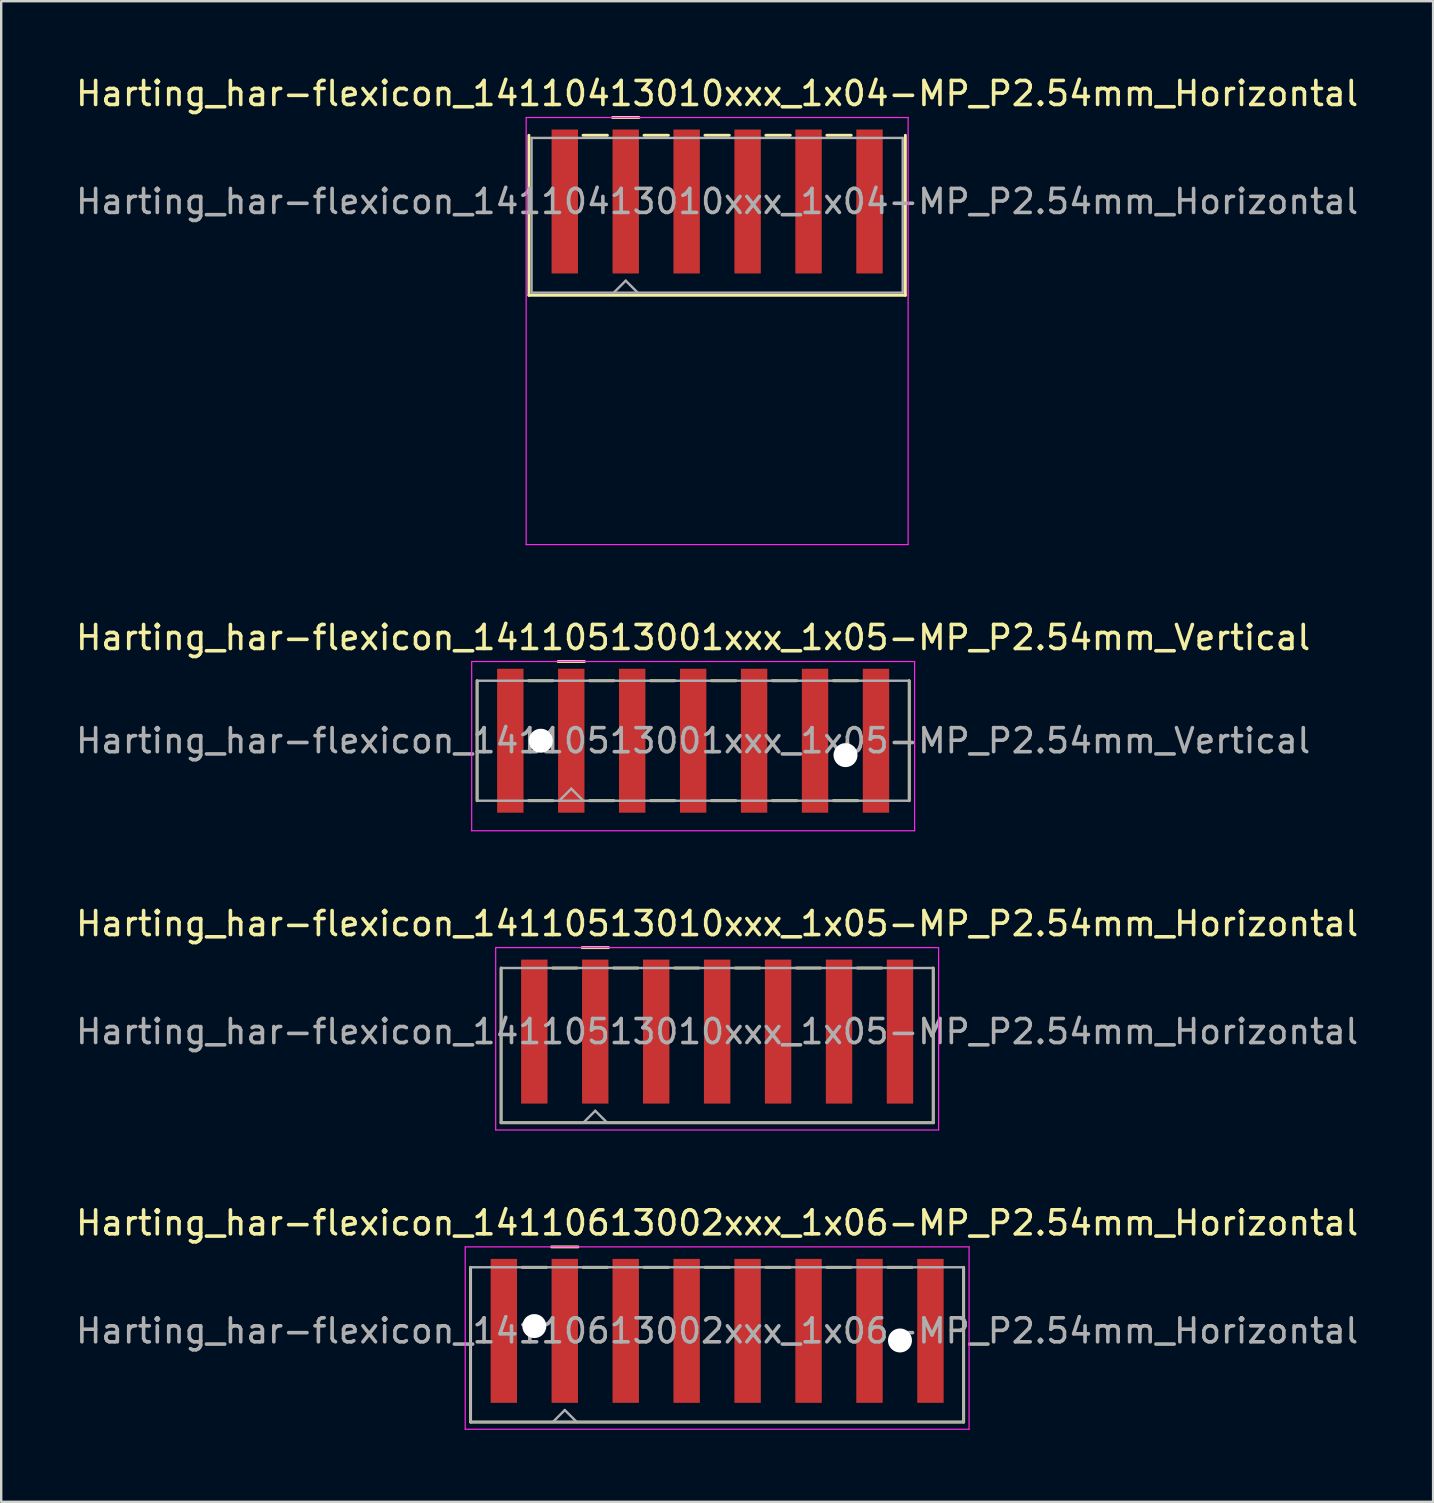
<source format=kicad_pcb>
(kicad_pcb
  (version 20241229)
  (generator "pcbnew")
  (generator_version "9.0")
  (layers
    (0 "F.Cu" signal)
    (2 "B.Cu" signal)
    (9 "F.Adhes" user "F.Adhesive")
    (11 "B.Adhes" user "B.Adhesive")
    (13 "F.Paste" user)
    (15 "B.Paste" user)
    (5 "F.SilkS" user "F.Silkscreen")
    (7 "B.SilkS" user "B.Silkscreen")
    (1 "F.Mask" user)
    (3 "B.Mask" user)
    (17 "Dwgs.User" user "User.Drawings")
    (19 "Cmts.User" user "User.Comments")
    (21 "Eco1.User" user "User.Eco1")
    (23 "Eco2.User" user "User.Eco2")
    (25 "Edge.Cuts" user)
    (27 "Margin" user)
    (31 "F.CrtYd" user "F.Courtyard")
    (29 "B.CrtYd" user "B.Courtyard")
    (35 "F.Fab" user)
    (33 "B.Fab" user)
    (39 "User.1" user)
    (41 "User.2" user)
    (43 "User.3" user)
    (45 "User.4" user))
  (footprint "Harting_har-flexicon_14110513010xxx_1x05-MP_P2.54mm_Horizontal"
    (layer "F.Cu")
    (at 26.839 41.245)
    (property "Reference" "Harting_har-flexicon_14110513010xxx_1x05-MP_P2.54mm_Horizontal" (at 0 -5.8 0) (layer "F.SilkS") (effects (font (size 1 1) (thickness 0.15))))
    (attr smd)
    (fp_line (start -9.005 -3.95) (end -9.005 2.5) (stroke (width 0.12) (type solid)) (layer "F.SilkS"))
    (fp_line (start -6.858 -3.95) (end -5.842 -3.95) (stroke (width 0.12) (type solid)) (layer "F.SilkS"))
    (fp_line (start -5.63 -4.8) (end -4.53 -4.8) (stroke (width 0.12) (type solid)) (layer "F.SilkS"))
    (fp_line (start -4.318 -3.95) (end -3.302 -3.95) (stroke (width 0.12) (type solid)) (layer "F.SilkS"))
    (fp_line (start -1.778 -3.95) (end -0.762 -3.95) (stroke (width 0.12) (type solid)) (layer "F.SilkS"))
    (fp_line (start 0.762 -3.95) (end 1.778 -3.95) (stroke (width 0.12) (type solid)) (layer "F.SilkS"))
    (fp_line (start 3.302 -3.95) (end 4.318 -3.95) (stroke (width 0.12) (type solid)) (layer "F.SilkS"))
    (fp_line (start 5.842 -3.95) (end 6.858 -3.95) (stroke (width 0.12) (type solid)) (layer "F.SilkS"))
    (fp_line (start 9.005 -3.95) (end 9.005 2.5) (stroke (width 0.12) (type solid)) (layer "F.SilkS"))
    (fp_line (start 9.005 2.5) (end -9.005 2.5) (stroke (width 0.12) (type solid)) (layer "F.SilkS"))
    (fp_line (start -9.23 -4.8) (end -9.23 2.8) (stroke (width 0.05) (type solid)) (layer "F.CrtYd"))
    (fp_line (start -9.23 2.8) (end 9.23 2.8) (stroke (width 0.05) (type solid)) (layer "F.CrtYd"))
    (fp_line (start 9.23 -4.8) (end -9.23 -4.8) (stroke (width 0.05) (type solid)) (layer "F.CrtYd"))
    (fp_line (start 9.23 2.8) (end 9.23 -4.8) (stroke (width 0.05) (type solid)) (layer "F.CrtYd"))
    (fp_line (start -9.005 -3.95) (end -9.005 2.5) (stroke (width 0.1) (type solid)) (layer "F.Fab"))
    (fp_line (start -9.005 2.5) (end 9.005 2.5) (stroke (width 0.1) (type solid)) (layer "F.Fab"))
    (fp_line (start -5.58 2.5) (end -5.08 2) (stroke (width 0.1) (type solid)) (layer "F.Fab"))
    (fp_line (start -5.08 2) (end -4.58 2.5) (stroke (width 0.1) (type solid)) (layer "F.Fab"))
    (fp_line (start 9.005 -3.95) (end -9.005 -3.95) (stroke (width 0.1) (type solid)) (layer "F.Fab"))
    (fp_line (start 9.005 2.5) (end 9.005 -3.95) (stroke (width 0.1) (type solid)) (layer "F.Fab"))
    (fp_text user "${REFERENCE}" (at 0 -1.3 0) (layer "F.Fab") (effects (font (size 1 1) (thickness 0.15))))
    (pad "1" smd rect (at -5.08 -1.3) (size 1.1 6) (layers "F.Cu" "F.Mask" "F.Paste"))
    (pad "2" smd rect (at -2.54 -1.3) (size 1.1 6) (layers "F.Cu" "F.Mask" "F.Paste"))
    (pad "3" smd rect (at 0 -1.3) (size 1.1 6) (layers "F.Cu" "F.Mask" "F.Paste"))
    (pad "4" smd rect (at 2.54 -1.3) (size 1.1 6) (layers "F.Cu" "F.Mask" "F.Paste"))
    (pad "5" smd rect (at 5.08 -1.3) (size 1.1 6) (layers "F.Cu" "F.Mask" "F.Paste"))
    (pad "MP" smd rect (at -7.62 -1.3) (size 1.1 6) (layers "F.Cu" "F.Mask" "F.Paste"))
    (pad "MP" smd rect (at 7.62 -1.3) (size 1.1 6) (layers "F.Cu" "F.Mask" "F.Paste")))
  (footprint "Harting_har-flexicon_14110513001xxx_1x05-MP_P2.54mm_Vertical"
    (layer "F.Cu")
    (at 25.839 27.822)
    (property "Reference" "Harting_har-flexicon_14110513001xxx_1x05-MP_P2.54mm_Vertical" (at 0 -4.3 0) (layer "F.SilkS") (effects (font (size 1 1) (thickness 0.15))))
    (attr smd)
    (fp_line (start -9.005 -2.5) (end -9.005 2.5) (stroke (width 0.12) (type solid)) (layer "F.SilkS"))
    (fp_line (start -6.858 -2.5) (end -5.842 -2.5) (stroke (width 0.12) (type solid)) (layer "F.SilkS"))
    (fp_line (start -6.858 2.5) (end -5.842 2.5) (stroke (width 0.12) (type solid)) (layer "F.SilkS"))
    (fp_line (start -5.63 -3.3) (end -4.53 -3.3) (stroke (width 0.12) (type solid)) (layer "F.SilkS"))
    (fp_line (start -4.318 -2.5) (end -3.302 -2.5) (stroke (width 0.12) (type solid)) (layer "F.SilkS"))
    (fp_line (start -4.318 2.5) (end -3.302 2.5) (stroke (width 0.12) (type solid)) (layer "F.SilkS"))
    (fp_line (start -1.778 -2.5) (end -0.762 -2.5) (stroke (width 0.12) (type solid)) (layer "F.SilkS"))
    (fp_line (start -1.778 2.5) (end -0.762 2.5) (stroke (width 0.12) (type solid)) (layer "F.SilkS"))
    (fp_line (start 0.762 -2.5) (end 1.778 -2.5) (stroke (width 0.12) (type solid)) (layer "F.SilkS"))
    (fp_line (start 0.762 2.5) (end 1.778 2.5) (stroke (width 0.12) (type solid)) (layer "F.SilkS"))
    (fp_line (start 3.302 -2.5) (end 4.318 -2.5) (stroke (width 0.12) (type solid)) (layer "F.SilkS"))
    (fp_line (start 3.302 2.5) (end 4.318 2.5) (stroke (width 0.12) (type solid)) (layer "F.SilkS"))
    (fp_line (start 5.842 -2.5) (end 6.858 -2.5) (stroke (width 0.12) (type solid)) (layer "F.SilkS"))
    (fp_line (start 5.842 2.5) (end 6.858 2.5) (stroke (width 0.12) (type solid)) (layer "F.SilkS"))
    (fp_line (start 9.005 -2.5) (end 9.005 2.5) (stroke (width 0.12) (type solid)) (layer "F.SilkS"))
    (fp_line (start -9.23 -3.3) (end -9.23 3.75) (stroke (width 0.05) (type solid)) (layer "F.CrtYd"))
    (fp_line (start -9.23 3.75) (end 9.23 3.75) (stroke (width 0.05) (type solid)) (layer "F.CrtYd"))
    (fp_line (start 9.23 -3.3) (end -9.23 -3.3) (stroke (width 0.05) (type solid)) (layer "F.CrtYd"))
    (fp_line (start 9.23 3.75) (end 9.23 -3.3) (stroke (width 0.05) (type solid)) (layer "F.CrtYd"))
    (fp_line (start -9.005 -2.5) (end -9.005 2.5) (stroke (width 0.1) (type solid)) (layer "F.Fab"))
    (fp_line (start -9.005 2.5) (end 9.005 2.5) (stroke (width 0.1) (type solid)) (layer "F.Fab"))
    (fp_line (start -5.58 2.5) (end -5.08 2) (stroke (width 0.1) (type solid)) (layer "F.Fab"))
    (fp_line (start -5.08 2) (end -4.58 2.5) (stroke (width 0.1) (type solid)) (layer "F.Fab"))
    (fp_line (start 9.005 -2.5) (end -9.005 -2.5) (stroke (width 0.1) (type solid)) (layer "F.Fab"))
    (fp_line (start 9.005 2.5) (end 9.005 -2.5) (stroke (width 0.1) (type solid)) (layer "F.Fab"))
    (fp_text user "${REFERENCE}" (at 0 0 0) (layer "F.Fab") (effects (font (size 1 1) (thickness 0.15))))
    (pad "" np_thru_hole circle (at -6.35 0) (size 1 1) (drill 1) (layers "*.Cu" "*.Mask"))
    (pad "" np_thru_hole circle (at 6.35 0.6) (size 1 1) (drill 1) (layers "*.Cu" "*.Mask"))
    (pad "1" smd rect (at -5.08 0) (size 1.1 6) (layers "F.Cu" "F.Mask" "F.Paste"))
    (pad "2" smd rect (at -2.54 0) (size 1.1 6) (layers "F.Cu" "F.Mask" "F.Paste"))
    (pad "3" smd rect (at 0 0) (size 1.1 6) (layers "F.Cu" "F.Mask" "F.Paste"))
    (pad "4" smd rect (at 2.54 0) (size 1.1 6) (layers "F.Cu" "F.Mask" "F.Paste"))
    (pad "5" smd rect (at 5.08 0) (size 1.1 6) (layers "F.Cu" "F.Mask" "F.Paste"))
    (pad "MP" smd rect (at -7.62 0) (size 1.1 6) (layers "F.Cu" "F.Mask" "F.Paste"))
    (pad "MP" smd rect (at 7.62 0) (size 1.1 6) (layers "F.Cu" "F.Mask" "F.Paste")))
  (footprint "Harting_har-flexicon_14110413010xxx_1x04-MP_P2.54mm_Horizontal"
    (layer "F.Cu")
    (at 26.839 6.648)
    (property "Reference" "Harting_har-flexicon_14110413010xxx_1x04-MP_P2.54mm_Horizontal" (at 0 -5.8 0) (layer "F.SilkS") (effects (font (size 1 1) (thickness 0.15))))
    (attr smd)
    (fp_line (start -7.845 -4.06) (end -7.845 2.61) (stroke (width 0.12) (type solid)) (layer "F.SilkS"))
    (fp_line (start -5.588 -4.06) (end -4.572 -4.06) (stroke (width 0.12) (type solid)) (layer "F.SilkS"))
    (fp_line (start -4.36 -4.8) (end -3.26 -4.8) (stroke (width 0.12) (type solid)) (layer "F.SilkS"))
    (fp_line (start -3.048 -4.06) (end -2.032 -4.06) (stroke (width 0.12) (type solid)) (layer "F.SilkS"))
    (fp_line (start -0.508 -4.06) (end 0.508 -4.06) (stroke (width 0.12) (type solid)) (layer "F.SilkS"))
    (fp_line (start 2.032 -4.06) (end 3.048 -4.06) (stroke (width 0.12) (type solid)) (layer "F.SilkS"))
    (fp_line (start 4.572 -4.06) (end 5.588 -4.06) (stroke (width 0.12) (type solid)) (layer "F.SilkS"))
    (fp_line (start 7.845 -4.06) (end 7.845 2.61) (stroke (width 0.12) (type solid)) (layer "F.SilkS"))
    (fp_line (start 7.845 2.61) (end -7.845 2.61) (stroke (width 0.12) (type solid)) (layer "F.SilkS"))
    (fp_line (start -7.96 -4.8) (end -7.96 13) (stroke (width 0.05) (type solid)) (layer "F.CrtYd"))
    (fp_line (start -7.96 13) (end 7.96 13) (stroke (width 0.05) (type solid)) (layer "F.CrtYd"))
    (fp_line (start 7.96 -4.8) (end -7.96 -4.8) (stroke (width 0.05) (type solid)) (layer "F.CrtYd"))
    (fp_line (start 7.96 13) (end 7.96 -4.8) (stroke (width 0.05) (type solid)) (layer "F.CrtYd"))
    (fp_line (start -7.735 -3.95) (end -7.735 2.5) (stroke (width 0.1) (type solid)) (layer "F.Fab"))
    (fp_line (start -7.735 2.5) (end 7.735 2.5) (stroke (width 0.1) (type solid)) (layer "F.Fab"))
    (fp_line (start -4.31 2.5) (end -3.81 2) (stroke (width 0.1) (type solid)) (layer "F.Fab"))
    (fp_line (start -3.81 2) (end -3.31 2.5) (stroke (width 0.1) (type solid)) (layer "F.Fab"))
    (fp_line (start 7.735 -3.95) (end -7.735 -3.95) (stroke (width 0.1) (type solid)) (layer "F.Fab"))
    (fp_line (start 7.735 2.5) (end 7.735 -3.95) (stroke (width 0.1) (type solid)) (layer "F.Fab"))
    (fp_text user "${REFERENCE}" (at 0 -1.3 0) (layer "F.Fab") (effects (font (size 1 1) (thickness 0.15))))
    (pad "1" smd rect (at -3.81 -1.3) (size 1.1 6) (layers "F.Cu" "F.Mask" "F.Paste"))
    (pad "2" smd rect (at -1.27 -1.3) (size 1.1 6) (layers "F.Cu" "F.Mask" "F.Paste"))
    (pad "3" smd rect (at 1.27 -1.3) (size 1.1 6) (layers "F.Cu" "F.Mask" "F.Paste"))
    (pad "4" smd rect (at 3.81 -1.3) (size 1.1 6) (layers "F.Cu" "F.Mask" "F.Paste"))
    (pad "MP" smd rect (at -6.35 -1.3) (size 1.1 6) (layers "F.Cu" "F.Mask" "F.Paste"))
    (pad "MP" smd rect (at 6.35 -1.3) (size 1.1 6) (layers "F.Cu" "F.Mask" "F.Paste")))
  (footprint "Harting_har-flexicon_14110613002xxx_1x06-MP_P2.54mm_Horizontal"
    (layer "F.Cu")
    (at 26.839 53.718)
    (property "Reference" "Harting_har-flexicon_14110613002xxx_1x06-MP_P2.54mm_Horizontal" (at 0 -5.8 0) (layer "F.SilkS") (effects (font (size 1 1) (thickness 0.15))))
    (attr smd)
    (fp_line (start -10.275 -3.95) (end -10.275 2.5) (stroke (width 0.12) (type solid)) (layer "F.SilkS"))
    (fp_line (start -8.128 -3.95) (end -7.112 -3.95) (stroke (width 0.12) (type solid)) (layer "F.SilkS"))
    (fp_line (start -6.9 -4.8) (end -5.8 -4.8) (stroke (width 0.12) (type solid)) (layer "F.SilkS"))
    (fp_line (start -5.588 -3.95) (end -4.572 -3.95) (stroke (width 0.12) (type solid)) (layer "F.SilkS"))
    (fp_line (start -3.048 -3.95) (end -2.032 -3.95) (stroke (width 0.12) (type solid)) (layer "F.SilkS"))
    (fp_line (start -0.508 -3.95) (end 0.508 -3.95) (stroke (width 0.12) (type solid)) (layer "F.SilkS"))
    (fp_line (start 2.032 -3.95) (end 3.048 -3.95) (stroke (width 0.12) (type solid)) (layer "F.SilkS"))
    (fp_line (start 4.572 -3.95) (end 5.588 -3.95) (stroke (width 0.12) (type solid)) (layer "F.SilkS"))
    (fp_line (start 7.112 -3.95) (end 8.128 -3.95) (stroke (width 0.12) (type solid)) (layer "F.SilkS"))
    (fp_line (start 10.275 -3.95) (end 10.275 2.5) (stroke (width 0.12) (type solid)) (layer "F.SilkS"))
    (fp_line (start 10.275 2.5) (end -10.275 2.5) (stroke (width 0.12) (type solid)) (layer "F.SilkS"))
    (fp_line (start -10.5 -4.8) (end -10.5 2.8) (stroke (width 0.05) (type solid)) (layer "F.CrtYd"))
    (fp_line (start -10.5 2.8) (end 10.5 2.8) (stroke (width 0.05) (type solid)) (layer "F.CrtYd"))
    (fp_line (start 10.5 -4.8) (end -10.5 -4.8) (stroke (width 0.05) (type solid)) (layer "F.CrtYd"))
    (fp_line (start 10.5 2.8) (end 10.5 -4.8) (stroke (width 0.05) (type solid)) (layer "F.CrtYd"))
    (fp_line (start -10.275 -3.95) (end -10.275 2.5) (stroke (width 0.1) (type solid)) (layer "F.Fab"))
    (fp_line (start -10.275 2.5) (end 10.275 2.5) (stroke (width 0.1) (type solid)) (layer "F.Fab"))
    (fp_line (start -6.85 2.5) (end -6.35 2) (stroke (width 0.1) (type solid)) (layer "F.Fab"))
    (fp_line (start -6.35 2) (end -5.85 2.5) (stroke (width 0.1) (type solid)) (layer "F.Fab"))
    (fp_line (start 10.275 -3.95) (end -10.275 -3.95) (stroke (width 0.1) (type solid)) (layer "F.Fab"))
    (fp_line (start 10.275 2.5) (end 10.275 -3.95) (stroke (width 0.1) (type solid)) (layer "F.Fab"))
    (fp_text user "${REFERENCE}" (at 0 -1.3 0) (layer "F.Fab") (effects (font (size 1 1) (thickness 0.15))))
    (pad "" np_thru_hole circle (at -7.62 -1.5) (size 1 1) (drill 1) (layers "*.Cu" "*.Mask"))
    (pad "" np_thru_hole circle (at 7.62 -0.9) (size 1 1) (drill 1) (layers "*.Cu" "*.Mask"))
    (pad "1" smd rect (at -6.35 -1.3) (size 1.1 6) (layers "F.Cu" "F.Mask" "F.Paste"))
    (pad "2" smd rect (at -3.81 -1.3) (size 1.1 6) (layers "F.Cu" "F.Mask" "F.Paste"))
    (pad "3" smd rect (at -1.27 -1.3) (size 1.1 6) (layers "F.Cu" "F.Mask" "F.Paste"))
    (pad "4" smd rect (at 1.27 -1.3) (size 1.1 6) (layers "F.Cu" "F.Mask" "F.Paste"))
    (pad "5" smd rect (at 3.81 -1.3) (size 1.1 6) (layers "F.Cu" "F.Mask" "F.Paste"))
    (pad "6" smd rect (at 6.35 -1.3) (size 1.1 6) (layers "F.Cu" "F.Mask" "F.Paste"))
    (pad "MP" smd rect (at -8.89 -1.3) (size 1.1 6) (layers "F.Cu" "F.Mask" "F.Paste"))
    (pad "MP" smd rect (at 8.89 -1.3) (size 1.1 6) (layers "F.Cu" "F.Mask" "F.Paste")))
  (gr_rect
    (start -3 -3)
    (end 56.679 59.543)
    (stroke (width 0.1) (type default))
    (fill no)
    (layer "Edge.Cuts")))
</source>
